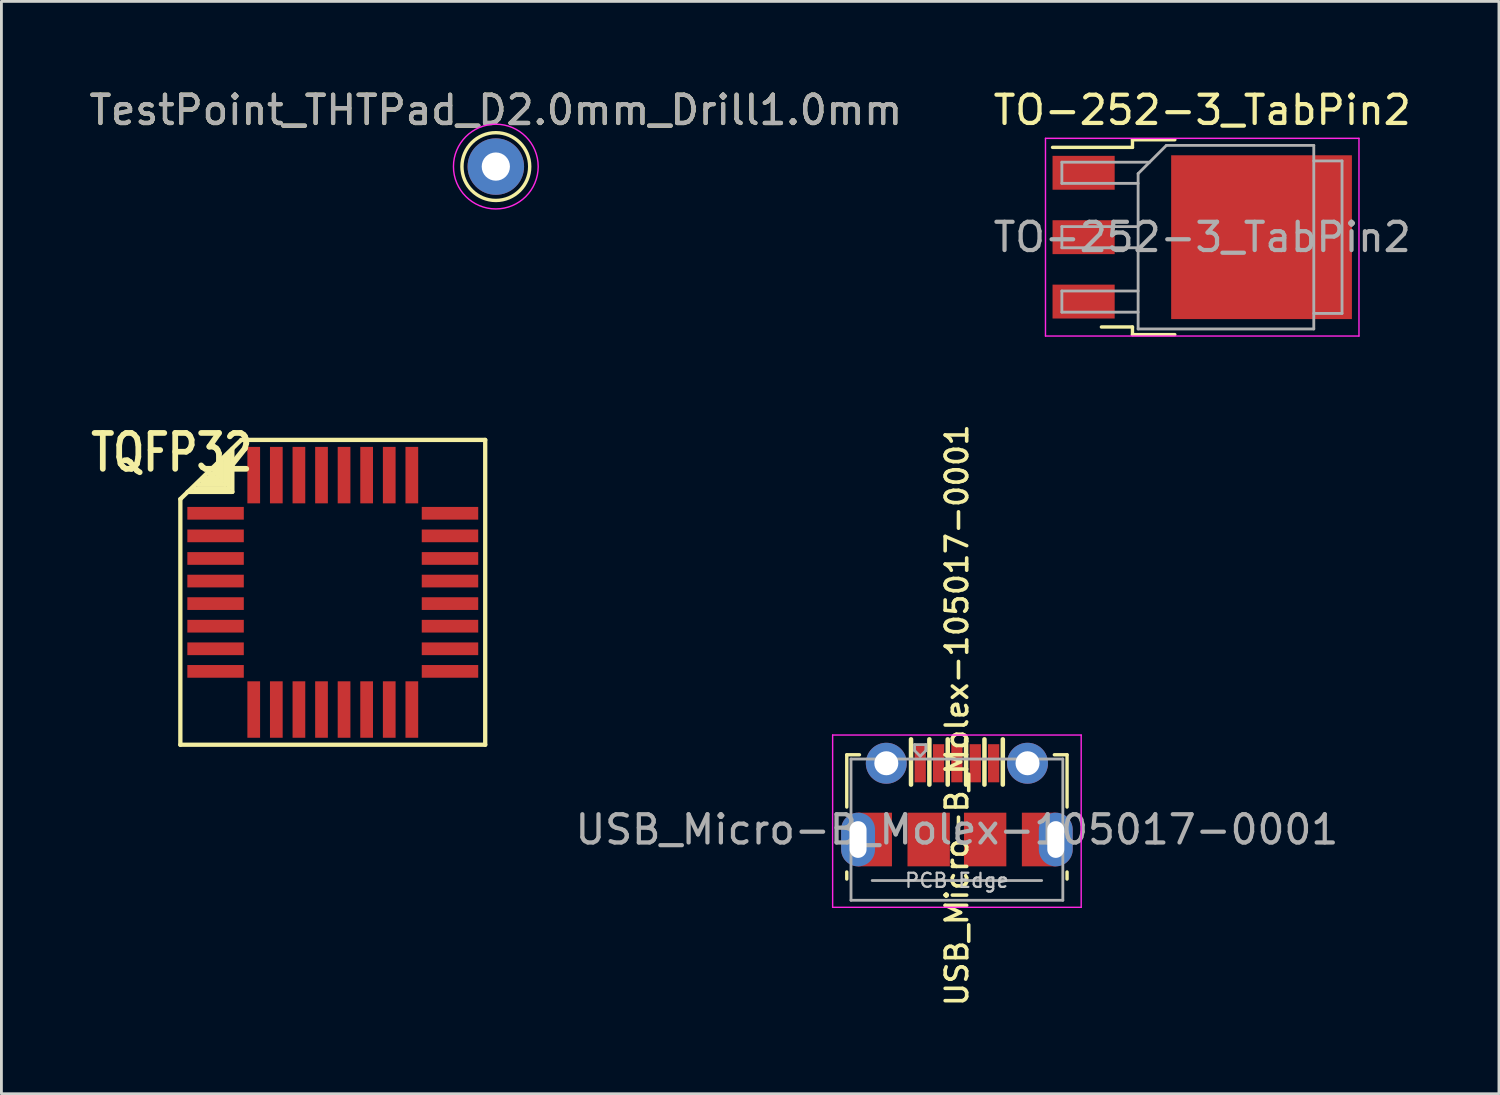
<source format=kicad_pcb>
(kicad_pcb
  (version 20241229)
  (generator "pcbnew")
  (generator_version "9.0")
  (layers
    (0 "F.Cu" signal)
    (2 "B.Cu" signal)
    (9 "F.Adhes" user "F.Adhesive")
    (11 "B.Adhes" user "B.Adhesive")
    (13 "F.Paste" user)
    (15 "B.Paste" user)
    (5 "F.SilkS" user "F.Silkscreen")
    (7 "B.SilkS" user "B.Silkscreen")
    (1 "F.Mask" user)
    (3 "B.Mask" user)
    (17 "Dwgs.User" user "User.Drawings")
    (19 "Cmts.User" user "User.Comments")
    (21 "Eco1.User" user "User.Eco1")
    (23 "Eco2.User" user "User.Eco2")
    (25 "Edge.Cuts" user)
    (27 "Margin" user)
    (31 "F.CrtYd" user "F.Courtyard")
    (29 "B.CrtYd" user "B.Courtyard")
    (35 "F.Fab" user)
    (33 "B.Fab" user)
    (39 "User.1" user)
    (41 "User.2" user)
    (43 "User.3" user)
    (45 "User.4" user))
  (footprint "USB_Micro-B_Molex-105017-0001"
    (layer "F.Cu")
    (at 30.832 26.325)
    (property "Reference" "USB_Micro-B_Molex-105017-0001" (at 0 -4.05 270) (layer "F.SilkS") (effects (font (size 0.762 0.762) (thickness 0.127))))
    (attr smd)
    (fp_line (start -3.9 -2.65) (end -3.45 -2.65) (stroke (width 0.12) (type solid)) (layer "F.SilkS"))
    (fp_line (start -3.9 -0.8) (end -3.9 -2.65) (stroke (width 0.12) (type solid)) (layer "F.SilkS"))
    (fp_line (start -3.9 1.75) (end -3.9 1.5) (stroke (width 0.12) (type solid)) (layer "F.SilkS"))
    (fp_line (start 3.9 -2.65) (end 3.45 -2.65) (stroke (width 0.12) (type solid)) (layer "F.SilkS"))
    (fp_line (start 3.9 -0.8) (end 3.9 -2.65) (stroke (width 0.12) (type solid)) (layer "F.SilkS"))
    (fp_line (start 3.9 1.75) (end 3.9 1.5) (stroke (width 0.12) (type solid)) (layer "F.SilkS"))
    (fp_poly (pts (xy -1.63 -3.2) (xy -1.62 -3.2) (xy -1.62 -1.59) (xy -1.63 -1.59)) (stroke (width 0.15) (type solid)) (fill yes) (layer "F.SilkS"))
    (fp_poly (pts (xy -0.98 -3.2) (xy -0.97 -3.2) (xy -0.97 -1.59) (xy -0.98 -1.59)) (stroke (width 0.15) (type solid)) (fill yes) (layer "F.SilkS"))
    (fp_poly (pts (xy -0.33 -3.2) (xy -0.32 -3.2) (xy -0.32 -1.59) (xy -0.33 -1.59)) (stroke (width 0.15) (type solid)) (fill yes) (layer "F.SilkS"))
    (fp_poly (pts (xy 0.32 -3.2) (xy 0.33 -3.2) (xy 0.33 -1.59) (xy 0.32 -1.59)) (stroke (width 0.15) (type solid)) (fill yes) (layer "F.SilkS"))
    (fp_poly (pts (xy 0.97 -3.2) (xy 0.98 -3.2) (xy 0.98 -1.59) (xy 0.97 -1.59)) (stroke (width 0.15) (type solid)) (fill yes) (layer "F.SilkS"))
    (fp_poly (pts (xy 1.62 -3.2) (xy 1.63 -3.2) (xy 1.63 -1.59) (xy 1.62 -1.59)) (stroke (width 0.15) (type solid)) (fill yes) (layer "F.SilkS"))
    (fp_line (start -4.4 -3.35) (end 4.4 -3.35) (stroke (width 0.05) (type solid)) (layer "F.CrtYd"))
    (fp_line (start -4.4 2.75) (end -4.4 -3.35) (stroke (width 0.05) (type solid)) (layer "F.CrtYd"))
    (fp_line (start -4.4 2.75) (end 4.4 2.75) (stroke (width 0.05) (type solid)) (layer "F.CrtYd"))
    (fp_line (start 4.4 -3.35) (end 4.4 2.75) (stroke (width 0.05) (type solid)) (layer "F.CrtYd"))
    (fp_line (start -3.75 -2.5) (end 3.75 -2.5) (stroke (width 0.1) (type solid)) (layer "F.Fab"))
    (fp_line (start -3.75 2.5) (end -3.75 -2.5) (stroke (width 0.1) (type solid)) (layer "F.Fab"))
    (fp_line (start -3.75 2.502) (end 3.75 2.502) (stroke (width 0.1) (type solid)) (layer "F.Fab"))
    (fp_line (start -3 1.802) (end 3 1.802) (stroke (width 0.1) (type solid)) (layer "F.Fab"))
    (fp_line (start -1.5 -3.01) (end -1.5 -2.8) (stroke (width 0.1) (type solid)) (layer "F.Fab"))
    (fp_line (start -1.5 -3.01) (end -1.1 -3.01) (stroke (width 0.1) (type solid)) (layer "F.Fab"))
    (fp_line (start -1.3 -2.6) (end -1.5 -2.8) (stroke (width 0.1) (type solid)) (layer "F.Fab"))
    (fp_line (start -1.1 -3.01) (end -1.1 -2.8) (stroke (width 0.1) (type solid)) (layer "F.Fab"))
    (fp_line (start -1.1 -2.8) (end -1.3 -2.6) (stroke (width 0.1) (type solid)) (layer "F.Fab"))
    (fp_line (start 3.75 2.5) (end 3.75 -2.5) (stroke (width 0.1) (type solid)) (layer "F.Fab"))
    (fp_text user "PCB Edge" (at 0 1.8 0) (layer "Dwgs.User") (effects (font (size 0.5 0.5) (thickness 0.08))))
    (fp_text user "${REFERENCE}" (at 0 0 0) (layer "F.Fab") (effects (font (size 1 1) (thickness 0.15))))
    (pad "1" smd rect (at -1.3 -2.35) (size 0.4 1.35) (layers "F.Cu" "F.Mask" "F.Paste"))
    (pad "2" smd rect (at -0.65 -2.35) (size 0.4 1.35) (layers "F.Cu" "F.Mask" "F.Paste"))
    (pad "3" smd rect (at 0 -2.35) (size 0.4 1.35) (layers "F.Cu" "F.Mask" "F.Paste"))
    (pad "4" smd rect (at 0.65 -2.35) (size 0.4 1.35) (layers "F.Cu" "F.Mask" "F.Paste"))
    (pad "5" smd rect (at 1.3 -2.35) (size 0.4 1.35) (layers "F.Cu" "F.Mask" "F.Paste"))
    (pad "6" thru_hole oval (at -3.5 0.35 180) (size 1.2 1.9) (drill oval 0.6 1.3) (layers "*.Cu" "*.Mask"))
    (pad "6" smd rect (at -2.9 0.35) (size 1.2 1.9) (layers "F.Cu" "F.Mask"))
    (pad "6" thru_hole circle (at -2.5 -2.35) (size 1.45 1.45) (drill 0.85) (layers "*.Cu" "*.Mask"))
    (pad "6" smd rect (at -1 0.35) (size 1.5 1.9) (layers "F.Cu" "F.Mask" "F.Paste"))
    (pad "6" smd rect (at 1 0.35) (size 1.5 1.9) (layers "F.Cu" "F.Mask" "F.Paste"))
    (pad "6" thru_hole circle (at 2.5 -2.35) (size 1.45 1.45) (drill 0.85) (layers "*.Cu" "*.Mask"))
    (pad "6" smd rect (at 2.9 0.35) (size 1.2 1.9) (layers "F.Cu" "F.Mask"))
    (pad "6" thru_hole oval (at 3.5 0.35) (size 1.2 1.9) (drill oval 0.6 1.3) (layers "*.Cu" "*.Mask")))
  (footprint "TestPoint_THTPad_D2.0mm_Drill1.0mm"
    (layer "F.Cu")
    (at 14.506 2.848)
    (property "Reference" "TestPoint_THTPad_D2.0mm_Drill1.0mm" (at 0 -1.998 0) (layer "F.SilkS") (effects (font (size 1 1) (thickness 0.15))))
    (attr exclude_from_pos_files exclude_from_bom)
    (fp_circle (center 0 0) (end 0 1.2) (stroke (width 0.12) (type solid)) (fill no) (layer "F.SilkS"))
    (fp_circle (center 0 0) (end 1.5 0) (stroke (width 0.05) (type solid)) (fill no) (layer "F.CrtYd"))
    (fp_text user "${REFERENCE}" (at 0 -2 0) (layer "F.Fab") (effects (font (size 1 1) (thickness 0.15))))
    (pad "1" thru_hole circle (at 0 0) (size 2 2) (drill 1) (layers "*.Cu" "*.Mask")))
  (footprint "TQFP32"
    (layer "F.Cu")
    (at 8.733 17.923)
    (property "Reference" "TQFP32" (at -5.7 -4.95 0) (layer "F.SilkS") (effects (font (size 1.27 1.016) (thickness 0.203))))
    (attr smd)
    (fp_line (start -5.397 -3.302) (end -3.239 -5.397) (stroke (width 0.152) (type solid)) (layer "F.SilkS"))
    (fp_line (start -5.397 5.397) (end -5.397 -3.302) (stroke (width 0.152) (type solid)) (layer "F.SilkS"))
    (fp_line (start -5.144 -3.556) (end -3.556 -3.556) (stroke (width 0.152) (type solid)) (layer "F.SilkS"))
    (fp_line (start -4.191 -4.191) (end -4.381 -4.191) (stroke (width 0.152) (type solid)) (layer "F.SilkS"))
    (fp_line (start -4.191 -4.191) (end -4.191 -4.381) (stroke (width 0.152) (type solid)) (layer "F.SilkS"))
    (fp_line (start -4.064 -4.064) (end -4.508 -4.064) (stroke (width 0.152) (type solid)) (layer "F.SilkS"))
    (fp_line (start -4.064 -4.064) (end -4.064 -4.508) (stroke (width 0.152) (type solid)) (layer "F.SilkS"))
    (fp_line (start -3.937 -3.937) (end -4.636 -3.937) (stroke (width 0.152) (type solid)) (layer "F.SilkS"))
    (fp_line (start -3.937 -3.937) (end -3.937 -4.636) (stroke (width 0.152) (type solid)) (layer "F.SilkS"))
    (fp_line (start -3.81 -3.81) (end -4.763 -3.81) (stroke (width 0.152) (type solid)) (layer "F.SilkS"))
    (fp_line (start -3.81 -3.81) (end -3.81 -4.763) (stroke (width 0.152) (type solid)) (layer "F.SilkS"))
    (fp_line (start -3.683 -3.683) (end -4.889 -3.683) (stroke (width 0.152) (type solid)) (layer "F.SilkS"))
    (fp_line (start -3.683 -3.683) (end -3.683 -4.889) (stroke (width 0.152) (type solid)) (layer "F.SilkS"))
    (fp_line (start -3.556 -3.556) (end -3.556 -5.08) (stroke (width 0.152) (type solid)) (layer "F.SilkS"))
    (fp_line (start -3.239 -5.397) (end 5.397 -5.397) (stroke (width 0.152) (type solid)) (layer "F.SilkS"))
    (fp_line (start 5.397 -5.397) (end 5.397 5.397) (stroke (width 0.152) (type solid)) (layer "F.SilkS"))
    (fp_line (start 5.397 5.397) (end -5.397 5.397) (stroke (width 0.152) (type solid)) (layer "F.SilkS"))
    (pad "1" smd rect (at -4.15 -2.799) (size 1.999 0.45) (layers "F.Cu" "F.Mask" "F.Paste"))
    (pad "2" smd rect (at -4.15 -1.999) (size 1.999 0.45) (layers "F.Cu" "F.Mask" "F.Paste"))
    (pad "3" smd rect (at -4.15 -1.199) (size 1.999 0.45) (layers "F.Cu" "F.Mask" "F.Paste"))
    (pad "4" smd rect (at -4.15 -0.399) (size 1.999 0.45) (layers "F.Cu" "F.Mask" "F.Paste"))
    (pad "5" smd rect (at -4.15 0.399) (size 1.999 0.45) (layers "F.Cu" "F.Mask" "F.Paste"))
    (pad "6" smd rect (at -4.15 1.199) (size 1.999 0.45) (layers "F.Cu" "F.Mask" "F.Paste"))
    (pad "7" smd rect (at -4.15 1.999) (size 1.999 0.45) (layers "F.Cu" "F.Mask" "F.Paste"))
    (pad "8" smd rect (at -4.15 2.799) (size 1.999 0.45) (layers "F.Cu" "F.Mask" "F.Paste"))
    (pad "9" smd rect (at -2.799 4.15 90) (size 1.999 0.45) (layers "F.Cu" "F.Mask" "F.Paste"))
    (pad "10" smd rect (at -1.999 4.15 90) (size 1.999 0.45) (layers "F.Cu" "F.Mask" "F.Paste"))
    (pad "11" smd rect (at -1.199 4.15 90) (size 1.999 0.45) (layers "F.Cu" "F.Mask" "F.Paste"))
    (pad "12" smd rect (at -0.399 4.15 90) (size 1.999 0.45) (layers "F.Cu" "F.Mask" "F.Paste"))
    (pad "13" smd rect (at 0.399 4.15 90) (size 1.999 0.45) (layers "F.Cu" "F.Mask" "F.Paste"))
    (pad "14" smd rect (at 1.199 4.15 90) (size 1.999 0.45) (layers "F.Cu" "F.Mask" "F.Paste"))
    (pad "15" smd rect (at 1.999 4.15 90) (size 1.999 0.45) (layers "F.Cu" "F.Mask" "F.Paste"))
    (pad "16" smd rect (at 2.799 4.15 90) (size 1.999 0.45) (layers "F.Cu" "F.Mask" "F.Paste"))
    (pad "17" smd rect (at 4.15 2.799) (size 1.999 0.45) (layers "F.Cu" "F.Mask" "F.Paste"))
    (pad "18" smd rect (at 4.15 1.999) (size 1.999 0.45) (layers "F.Cu" "F.Mask" "F.Paste"))
    (pad "19" smd rect (at 4.15 1.199) (size 1.999 0.45) (layers "F.Cu" "F.Mask" "F.Paste"))
    (pad "20" smd rect (at 4.15 0.399) (size 1.999 0.45) (layers "F.Cu" "F.Mask" "F.Paste"))
    (pad "21" smd rect (at 4.15 -0.399) (size 1.999 0.45) (layers "F.Cu" "F.Mask" "F.Paste"))
    (pad "22" smd rect (at 4.15 -1.199) (size 1.999 0.45) (layers "F.Cu" "F.Mask" "F.Paste"))
    (pad "23" smd rect (at 4.15 -1.999) (size 1.999 0.45) (layers "F.Cu" "F.Mask" "F.Paste"))
    (pad "24" smd rect (at 4.15 -2.799) (size 1.999 0.45) (layers "F.Cu" "F.Mask" "F.Paste"))
    (pad "25" smd rect (at 2.799 -4.15 90) (size 1.999 0.45) (layers "F.Cu" "F.Mask" "F.Paste"))
    (pad "26" smd rect (at 1.999 -4.15 90) (size 1.999 0.45) (layers "F.Cu" "F.Mask" "F.Paste"))
    (pad "27" smd rect (at 1.199 -4.15 90) (size 1.999 0.45) (layers "F.Cu" "F.Mask" "F.Paste"))
    (pad "28" smd rect (at 0.399 -4.15 90) (size 1.999 0.45) (layers "F.Cu" "F.Mask" "F.Paste"))
    (pad "29" smd rect (at -0.399 -4.15 90) (size 1.999 0.45) (layers "F.Cu" "F.Mask" "F.Paste"))
    (pad "30" smd rect (at -1.199 -4.15 90) (size 1.999 0.45) (layers "F.Cu" "F.Mask" "F.Paste"))
    (pad "31" smd rect (at -1.999 -4.15 90) (size 1.999 0.45) (layers "F.Cu" "F.Mask" "F.Paste"))
    (pad "32" smd rect (at -2.799 -4.15 90) (size 1.999 0.45) (layers "F.Cu" "F.Mask" "F.Paste")))
  (footprint "TO-252-3_TabPin2"
    (layer "F.Cu")
    (at 39.518 5.348)
    (property "Reference" "TO-252-3_TabPin2" (at 0 -4.5 0) (layer "F.SilkS") (effects (font (size 1 1) (thickness 0.15))))
    (attr smd)
    (fp_line (start -2.47 -3.45) (end -2.47 -3.18) (stroke (width 0.12) (type solid)) (layer "F.SilkS"))
    (fp_line (start -2.47 -3.18) (end -5.3 -3.18) (stroke (width 0.12) (type solid)) (layer "F.SilkS"))
    (fp_line (start -2.47 3.18) (end -3.57 3.18) (stroke (width 0.12) (type solid)) (layer "F.SilkS"))
    (fp_line (start -2.47 3.45) (end -2.47 3.18) (stroke (width 0.12) (type solid)) (layer "F.SilkS"))
    (fp_line (start -0.97 -3.45) (end -2.47 -3.45) (stroke (width 0.12) (type solid)) (layer "F.SilkS"))
    (fp_line (start -0.97 3.45) (end -2.47 3.45) (stroke (width 0.12) (type solid)) (layer "F.SilkS"))
    (fp_line (start -5.55 -3.5) (end -5.55 3.5) (stroke (width 0.05) (type solid)) (layer "F.CrtYd"))
    (fp_line (start -5.55 3.5) (end 5.55 3.5) (stroke (width 0.05) (type solid)) (layer "F.CrtYd"))
    (fp_line (start 5.55 -3.5) (end -5.55 -3.5) (stroke (width 0.05) (type solid)) (layer "F.CrtYd"))
    (fp_line (start 5.55 3.5) (end 5.55 -3.5) (stroke (width 0.05) (type solid)) (layer "F.CrtYd"))
    (fp_line (start -4.97 -2.655) (end -4.97 -1.905) (stroke (width 0.1) (type solid)) (layer "F.Fab"))
    (fp_line (start -4.97 -1.905) (end -2.27 -1.905) (stroke (width 0.1) (type solid)) (layer "F.Fab"))
    (fp_line (start -4.97 -0.375) (end -4.97 0.375) (stroke (width 0.1) (type solid)) (layer "F.Fab"))
    (fp_line (start -4.97 0.375) (end -2.27 0.375) (stroke (width 0.1) (type solid)) (layer "F.Fab"))
    (fp_line (start -4.97 1.905) (end -4.97 2.655) (stroke (width 0.1) (type solid)) (layer "F.Fab"))
    (fp_line (start -4.97 2.655) (end -2.27 2.655) (stroke (width 0.1) (type solid)) (layer "F.Fab"))
    (fp_line (start -2.27 -2.25) (end -1.27 -3.25) (stroke (width 0.1) (type solid)) (layer "F.Fab"))
    (fp_line (start -2.27 -0.375) (end -4.97 -0.375) (stroke (width 0.1) (type solid)) (layer "F.Fab"))
    (fp_line (start -2.27 1.905) (end -4.97 1.905) (stroke (width 0.1) (type solid)) (layer "F.Fab"))
    (fp_line (start -2.27 3.25) (end -2.27 -2.25) (stroke (width 0.1) (type solid)) (layer "F.Fab"))
    (fp_line (start -1.865 -2.655) (end -4.97 -2.655) (stroke (width 0.1) (type solid)) (layer "F.Fab"))
    (fp_line (start -1.27 -3.25) (end 3.95 -3.25) (stroke (width 0.1) (type solid)) (layer "F.Fab"))
    (fp_line (start 3.95 -3.25) (end 3.95 3.25) (stroke (width 0.1) (type solid)) (layer "F.Fab"))
    (fp_line (start 3.95 -2.7) (end 4.95 -2.7) (stroke (width 0.1) (type solid)) (layer "F.Fab"))
    (fp_line (start 3.95 3.25) (end -2.27 3.25) (stroke (width 0.1) (type solid)) (layer "F.Fab"))
    (fp_line (start 4.95 -2.7) (end 4.95 2.7) (stroke (width 0.1) (type solid)) (layer "F.Fab"))
    (fp_line (start 4.95 2.7) (end 3.95 2.7) (stroke (width 0.1) (type solid)) (layer "F.Fab"))
    (fp_text user "${REFERENCE}" (at 0 0 0) (layer "F.Fab") (effects (font (size 1 1) (thickness 0.15))))
    (pad "" smd rect (at 0.425 -1.525) (size 3.05 2.75) (layers "F.Paste"))
    (pad "" smd rect (at 0.425 1.525) (size 3.05 2.75) (layers "F.Paste"))
    (pad "" smd rect (at 3.775 -1.525) (size 3.05 2.75) (layers "F.Paste"))
    (pad "" smd rect (at 3.775 1.525) (size 3.05 2.75) (layers "F.Paste"))
    (pad "1" smd rect (at -4.2 -2.28) (size 2.2 1.2) (layers "F.Cu" "F.Mask" "F.Paste"))
    (pad "2" smd rect (at -4.2 0) (size 2.2 1.2) (layers "F.Cu" "F.Mask" "F.Paste"))
    (pad "2" smd rect (at 2.1 0) (size 6.4 5.8) (layers "F.Cu" "F.Mask"))
    (pad "3" smd rect (at -4.2 2.28) (size 2.2 1.2) (layers "F.Cu" "F.Mask" "F.Paste")))
  (gr_rect
    (start -3 -3)
    (end 50.024 35.676)
    (stroke (width 0.1) (type default))
    (fill no)
    (layer "Edge.Cuts")))
</source>
